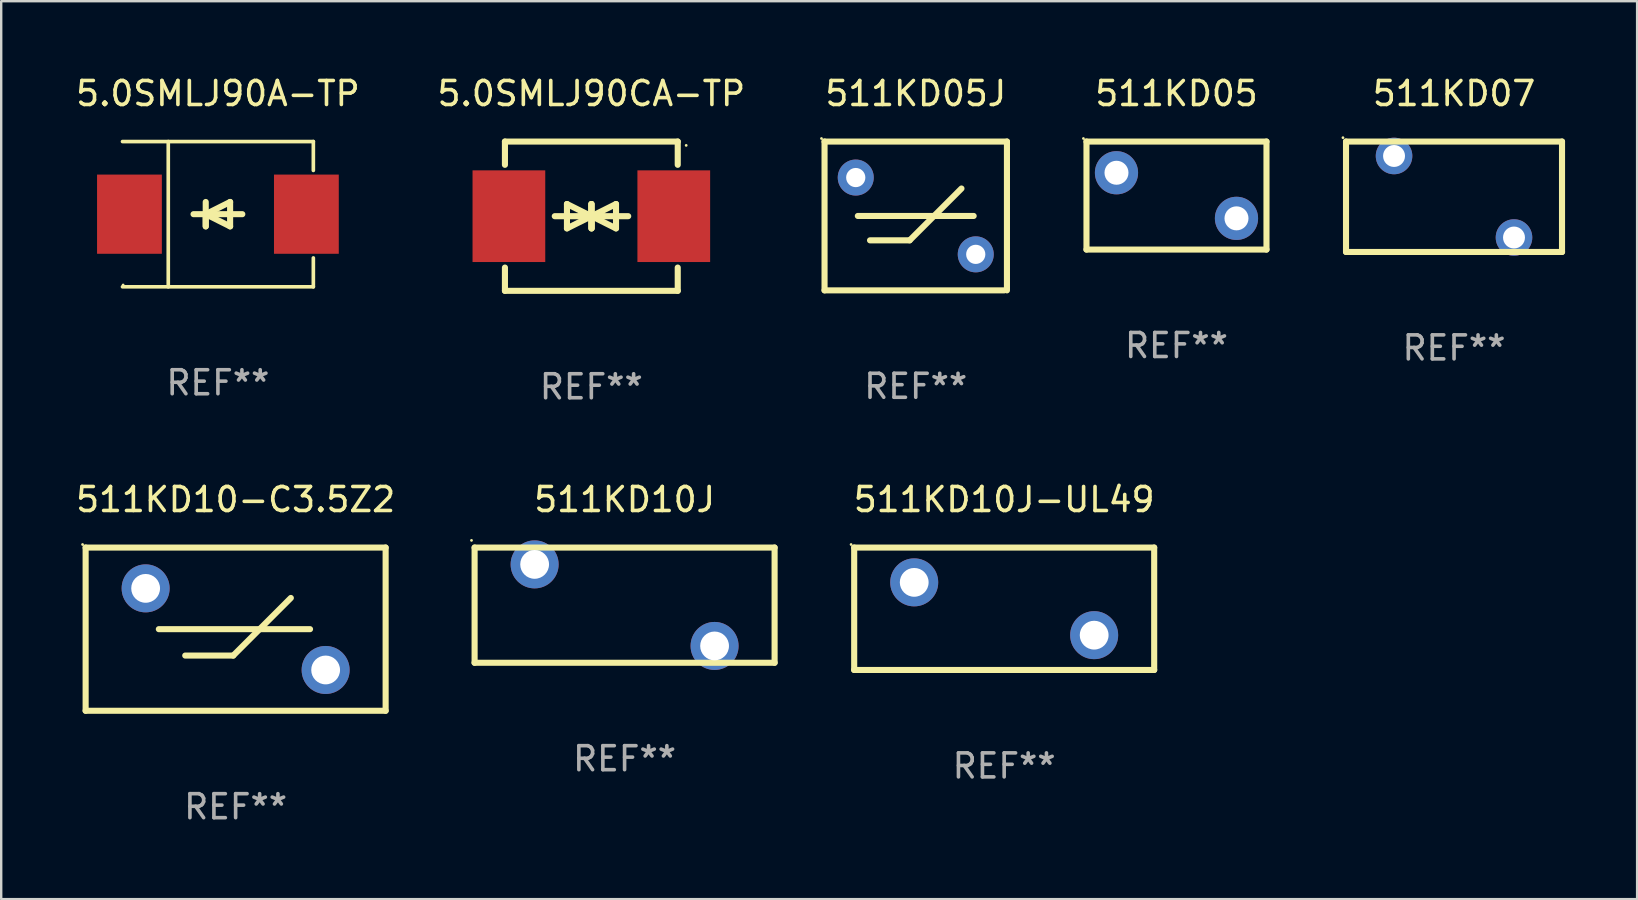
<source format=kicad_pcb>
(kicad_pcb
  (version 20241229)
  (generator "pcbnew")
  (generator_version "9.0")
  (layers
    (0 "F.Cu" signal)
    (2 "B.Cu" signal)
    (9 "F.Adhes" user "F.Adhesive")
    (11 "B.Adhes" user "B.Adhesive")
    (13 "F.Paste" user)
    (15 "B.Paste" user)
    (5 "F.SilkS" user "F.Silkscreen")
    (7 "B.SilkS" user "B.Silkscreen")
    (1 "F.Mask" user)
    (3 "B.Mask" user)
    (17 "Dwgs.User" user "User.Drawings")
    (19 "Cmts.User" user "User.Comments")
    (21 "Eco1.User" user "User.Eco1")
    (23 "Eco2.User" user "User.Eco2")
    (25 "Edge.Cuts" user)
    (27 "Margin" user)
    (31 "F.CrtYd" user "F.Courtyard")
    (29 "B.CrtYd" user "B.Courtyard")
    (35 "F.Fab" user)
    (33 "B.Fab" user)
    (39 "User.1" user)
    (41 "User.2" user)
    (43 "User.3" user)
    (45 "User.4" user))
  (footprint "5.0SMLJ90CA-TP"
    (layer "F.Cu")
    (at 21.589 5.958)
    (property "Reference" "5.0SMLJ90CA-TP" (at 0 -5.11 0) (layer "F.SilkS") (effects (font (size 1 1) (thickness 0.15))))
    (attr through_hole)
    (fp_line (start -3.6 -2.141) (end -3.6 -3.11) (stroke (width 0.254) (type solid)) (layer "F.SilkS"))
    (fp_line (start -3.6 3.11) (end -3.6 2.141) (stroke (width 0.254) (type solid)) (layer "F.SilkS"))
    (fp_line (start -1.524 0) (end 0.508 0) (stroke (width 0.254) (type solid)) (layer "F.SilkS"))
    (fp_line (start -1.016 -0.508) (end -1.016 0.508) (stroke (width 0.254) (type solid)) (layer "F.SilkS"))
    (fp_line (start -1.016 0.508) (end 0 0) (stroke (width 0.254) (type solid)) (layer "F.SilkS"))
    (fp_line (start 0 -0.508) (end 0 0.508) (stroke (width 0.254) (type solid)) (layer "F.SilkS"))
    (fp_line (start 0 0) (end -1.016 -0.508) (stroke (width 0.254) (type solid)) (layer "F.SilkS"))
    (fp_line (start 0 0) (end 0 -0.508) (stroke (width 0.254) (type solid)) (layer "F.SilkS"))
    (fp_line (start 0.012 0) (end 0.012 0.508) (stroke (width 0.254) (type solid)) (layer "F.SilkS"))
    (fp_line (start 0.012 0) (end 1.028 0.508) (stroke (width 0.254) (type solid)) (layer "F.SilkS"))
    (fp_line (start 0.012 0.508) (end 0.012 -0.508) (stroke (width 0.254) (type solid)) (layer "F.SilkS"))
    (fp_line (start 1.028 -0.508) (end 0.012 0) (stroke (width 0.254) (type solid)) (layer "F.SilkS"))
    (fp_line (start 1.028 0.508) (end 1.028 -0.508) (stroke (width 0.254) (type solid)) (layer "F.SilkS"))
    (fp_line (start 1.536 0) (end -0.496 0) (stroke (width 0.254) (type solid)) (layer "F.SilkS"))
    (fp_line (start 3.6 -3.11) (end -3.6 -3.11) (stroke (width 0.254) (type solid)) (layer "F.SilkS"))
    (fp_line (start 3.6 -2.141) (end 3.6 -3.11) (stroke (width 0.254) (type solid)) (layer "F.SilkS"))
    (fp_line (start 3.6 3.11) (end -3.6 3.11) (stroke (width 0.254) (type solid)) (layer "F.SilkS"))
    (fp_line (start 3.6 3.11) (end 3.6 2.141) (stroke (width 0.254) (type solid)) (layer "F.SilkS"))
    (fp_circle (center 3.952 -2.95) (end 3.982 -2.95) (stroke (width 0.06) (type solid)) (fill no) (layer "F.SilkS"))
    (fp_text user "REF**" (at 0 7.11 0) (layer "F.Fab") (effects (font (size 1 1) (thickness 0.15))))
    (pad "1" smd rect (at 3.435 0) (size 3.03 3.82) (layers "F.Cu" "F.Mask" "F.Paste"))
    (pad "2" smd rect (at -3.435 0) (size 3.03 3.82) (layers "F.Cu" "F.Mask" "F.Paste")))
  (footprint "511KD07"
    (layer "F.Cu")
    (at 57.535 5.148)
    (property "Reference" "511KD07" (at 0 -4.3 0) (layer "F.SilkS") (effects (font (size 1 1) (thickness 0.15))))
    (attr through_hole)
    (fp_line (start -4.501 -2.3) (end 4.499 -2.3) (stroke (width 0.254) (type solid)) (layer "F.SilkS"))
    (fp_line (start -4.501 2.3) (end -4.501 -2.3) (stroke (width 0.254) (type solid)) (layer "F.SilkS"))
    (fp_line (start 4.499 -2.3) (end 4.499 2.3) (stroke (width 0.254) (type solid)) (layer "F.SilkS"))
    (fp_line (start 4.501 2.3) (end -4.501 2.3) (stroke (width 0.254) (type solid)) (layer "F.SilkS"))
    (fp_circle (center -4.628 -2.461) (end -4.598 -2.461) (stroke (width 0.06) (type solid)) (fill no) (layer "F.SilkS"))
    (fp_text user "REF**" (at 0 6.3 0) (layer "F.Fab") (effects (font (size 1 1) (thickness 0.15))))
    (pad "1" thru_hole circle (at -2.5 -1.699) (size 1.524 1.524) (drill 0.914) (layers "*.Cu" "*.Mask"))
    (pad "2" thru_hole circle (at 2.498 1.699) (size 1.524 1.524) (drill 0.914) (layers "*.Cu" "*.Mask")))
  (footprint "511KD05"
    (layer "F.Cu")
    (at 45.97 5.098)
    (property "Reference" "511KD05" (at 0 -4.25 0) (layer "F.SilkS") (effects (font (size 1 1) (thickness 0.15))))
    (attr through_hole)
    (fp_line (start -3.75 -2.25) (end -3.75 2.25) (stroke (width 0.254) (type solid)) (layer "F.SilkS"))
    (fp_line (start -3.75 -2.25) (end 3.75 -2.25) (stroke (width 0.254) (type solid)) (layer "F.SilkS"))
    (fp_line (start -3.75 2.25) (end 3.75 2.25) (stroke (width 0.254) (type solid)) (layer "F.SilkS"))
    (fp_line (start 3.75 -2.25) (end 3.75 2.25) (stroke (width 0.254) (type solid)) (layer "F.SilkS"))
    (fp_circle (center -3.877 -2.377) (end -3.847 -2.377) (stroke (width 0.06) (type solid)) (fill no) (layer "F.SilkS"))
    (fp_text user "REF**" (at 0 6.25 0) (layer "F.Fab") (effects (font (size 1 1) (thickness 0.15))))
    (pad "1" thru_hole circle (at -2.5 -0.95) (size 1.8 1.8) (drill 1) (layers "*.Cu" "*.Mask"))
    (pad "2" thru_hole circle (at 2.5 0.95) (size 1.8 1.8) (drill 1) (layers "*.Cu" "*.Mask")))
  (footprint "5.0SMLJ90A-TP"
    (layer "F.Cu")
    (at 6.03 5.874)
    (property "Reference" "5.0SMLJ90A-TP" (at 0 -5.026 0) (layer "F.SilkS") (effects (font (size 1 1) (thickness 0.15))))
    (attr through_hole)
    (fp_line (start -3.976 -3.026) (end 3.976 -3.026) (stroke (width 0.152) (type solid)) (layer "F.SilkS"))
    (fp_line (start -3.976 3.026) (end 3.976 3.026) (stroke (width 0.152) (type solid)) (layer "F.SilkS"))
    (fp_line (start -2.069 -3.026) (end -2.069 3.026) (stroke (width 0.152) (type solid)) (layer "F.SilkS"))
    (fp_line (start -0.508 0) (end -0.508 0.508) (stroke (width 0.254) (type solid)) (layer "F.SilkS"))
    (fp_line (start -0.508 0) (end 0.508 0.508) (stroke (width 0.254) (type solid)) (layer "F.SilkS"))
    (fp_line (start -0.508 0.508) (end -0.508 -0.508) (stroke (width 0.254) (type solid)) (layer "F.SilkS"))
    (fp_line (start 0.508 -0.508) (end -0.508 0) (stroke (width 0.254) (type solid)) (layer "F.SilkS"))
    (fp_line (start 0.508 0.508) (end 0.508 -0.508) (stroke (width 0.254) (type solid)) (layer "F.SilkS"))
    (fp_line (start 1.016 0) (end -1.016 0) (stroke (width 0.254) (type solid)) (layer "F.SilkS"))
    (fp_line (start 3.976 -3.026) (end 3.976 -1.823) (stroke (width 0.152) (type solid)) (layer "F.SilkS"))
    (fp_line (start 3.976 3.026) (end 3.976 1.823) (stroke (width 0.152) (type solid)) (layer "F.SilkS"))
    (fp_circle (center -3.95 2.95) (end -3.92 2.95) (stroke (width 0.06) (type solid)) (fill no) (layer "F.SilkS"))
    (fp_text user "REF**" (at 0 7.026 0) (layer "F.Fab") (effects (font (size 1 1) (thickness 0.15))))
    (pad "1" smd rect (at -3.686 0) (size 2.7 3.3) (layers "F.Cu" "F.Mask" "F.Paste"))
    (pad "2" smd rect (at 3.686 0) (size 2.7 3.3) (layers "F.Cu" "F.Mask" "F.Paste")))
  (footprint "511KD10-C3.5Z2"
    (layer "F.Cu")
    (at 6.768 23.165)
    (property "Reference" "511KD10-C3.5Z2" (at 0 -5.4 0) (layer "F.SilkS") (effects (font (size 1 1) (thickness 0.15))))
    (attr through_hole)
    (fp_line (start -6.25 -3.4) (end 6.25 -3.4) (stroke (width 0.254) (type solid)) (layer "F.SilkS"))
    (fp_line (start -6.25 3.4) (end -6.25 -3.4) (stroke (width 0.254) (type solid)) (layer "F.SilkS"))
    (fp_line (start -6.25 3.4) (end 6.25 3.4) (stroke (width 0.254) (type solid)) (layer "F.SilkS"))
    (fp_line (start -3.2 0) (end 3.1 0) (stroke (width 0.254) (type solid)) (layer "F.SilkS"))
    (fp_line (start -2.1 1.1) (end -0.1 1.1) (stroke (width 0.254) (type solid)) (layer "F.SilkS"))
    (fp_line (start -0.1 1.1) (end 2.3 -1.3) (stroke (width 0.254) (type solid)) (layer "F.SilkS"))
    (fp_line (start 6.25 3.4) (end 6.25 -3.4) (stroke (width 0.254) (type solid)) (layer "F.SilkS"))
    (fp_circle (center -6.377 -3.527) (end -6.347 -3.527) (stroke (width 0.06) (type solid)) (fill no) (layer "F.SilkS"))
    (fp_text user "REF**" (at 0 7.4 0) (layer "F.Fab") (effects (font (size 1 1) (thickness 0.15))))
    (pad "1" thru_hole circle (at -3.75 -1.7) (size 2 2) (drill 1.2) (layers "*.Cu" "*.Mask"))
    (pad "2" thru_hole circle (at 3.75 1.7) (size 2 2) (drill 1.2) (layers "*.Cu" "*.Mask")))
  (footprint "511KD10J"
    (layer "F.Cu")
    (at 22.974 22.165)
    (property "Reference" "511KD10J" (at 0 -4.4 0) (layer "F.SilkS") (effects (font (size 1 1) (thickness 0.15))))
    (attr through_hole)
    (fp_line (start -6.249 -2.4) (end 6.251 -2.4) (stroke (width 0.254) (type solid)) (layer "F.SilkS"))
    (fp_line (start -6.249 2.4) (end -6.249 -2.4) (stroke (width 0.254) (type solid)) (layer "F.SilkS"))
    (fp_line (start 6.251 -2.4) (end 6.251 2.4) (stroke (width 0.254) (type solid)) (layer "F.SilkS"))
    (fp_line (start 6.251 2.4) (end -6.251 2.4) (stroke (width 0.254) (type solid)) (layer "F.SilkS"))
    (fp_circle (center -6.378 -2.699) (end -6.348 -2.699) (stroke (width 0.06) (type solid)) (fill no) (layer "F.SilkS"))
    (fp_text user "REF**" (at 0 6.4 0) (layer "F.Fab") (effects (font (size 1 1) (thickness 0.15))))
    (pad "1" thru_hole circle (at -3.748 -1.699) (size 2 2) (drill 1.2) (layers "*.Cu" "*.Mask"))
    (pad "2" thru_hole circle (at 3.75 1.699) (size 2 2) (drill 1.2) (layers "*.Cu" "*.Mask")))
  (footprint "511KD05J"
    (layer "F.Cu")
    (at 35.106 5.948)
    (property "Reference" "511KD05J" (at 0 -5.1 0) (layer "F.SilkS") (effects (font (size 1 1) (thickness 0.15))))
    (attr through_hole)
    (fp_line (start -3.8 -3.1) (end -3.8 3.1) (stroke (width 0.254) (type solid)) (layer "F.SilkS"))
    (fp_line (start -3.8 -3.1) (end 3.8 -3.1) (stroke (width 0.254) (type solid)) (layer "F.SilkS"))
    (fp_line (start -3.8 3.1) (end 3.683 3.1) (stroke (width 0.254) (type solid)) (layer "F.SilkS"))
    (fp_line (start -2.413 0) (end 2.413 0) (stroke (width 0.254) (type solid)) (layer "F.SilkS"))
    (fp_line (start -1.905 1.016) (end -0.254 1.016) (stroke (width 0.254) (type solid)) (layer "F.SilkS"))
    (fp_line (start -0.254 1.016) (end 1.905 -1.143) (stroke (width 0.254) (type solid)) (layer "F.SilkS"))
    (fp_line (start 3.8 -3.1) (end 3.8 3.1) (stroke (width 0.254) (type solid)) (layer "F.SilkS"))
    (fp_circle (center -3.927 -3.227) (end -3.897 -3.227) (stroke (width 0.06) (type solid)) (fill no) (layer "F.SilkS"))
    (fp_text user "REF**" (at 0 7.1 0) (layer "F.Fab") (effects (font (size 1 1) (thickness 0.15))))
    (pad "1" thru_hole circle (at -2.5 -1.6) (size 1.5 1.5) (drill 0.8) (layers "*.Cu" "*.Mask"))
    (pad "2" thru_hole circle (at 2.5 1.6) (size 1.5 1.5) (drill 0.8) (layers "*.Cu" "*.Mask")))
  (footprint "511KD10J-UL49"
    (layer "F.Cu")
    (at 38.79 22.315)
    (property "Reference" "511KD10J-UL49" (at 0 -4.55 0) (layer "F.SilkS") (effects (font (size 1 1) (thickness 0.15))))
    (attr through_hole)
    (fp_line (start -6.249 -2.55) (end 6.251 -2.55) (stroke (width 0.254) (type solid)) (layer "F.SilkS"))
    (fp_line (start -6.249 2.55) (end -6.249 -2.55) (stroke (width 0.254) (type solid)) (layer "F.SilkS"))
    (fp_line (start 6.251 -2.55) (end 6.251 2.55) (stroke (width 0.254) (type solid)) (layer "F.SilkS"))
    (fp_line (start 6.251 2.55) (end -6.251 2.55) (stroke (width 0.254) (type solid)) (layer "F.SilkS"))
    (fp_circle (center -6.378 -2.677) (end -6.348 -2.677) (stroke (width 0.06) (type solid)) (fill no) (layer "F.SilkS"))
    (fp_text user "REF**" (at 0 6.55 0) (layer "F.Fab") (effects (font (size 1 1) (thickness 0.15))))
    (pad "1" thru_hole circle (at -3.748 -1.1) (size 2 2) (drill 1.2) (layers "*.Cu" "*.Mask"))
    (pad "2" thru_hole circle (at 3.75 1.1) (size 2 2) (drill 1.2) (layers "*.Cu" "*.Mask")))
  (gr_rect
    (start -3 -3)
    (end 65.163 34.413)
    (stroke (width 0.1) (type default))
    (fill no)
    (layer "Edge.Cuts")))
</source>
